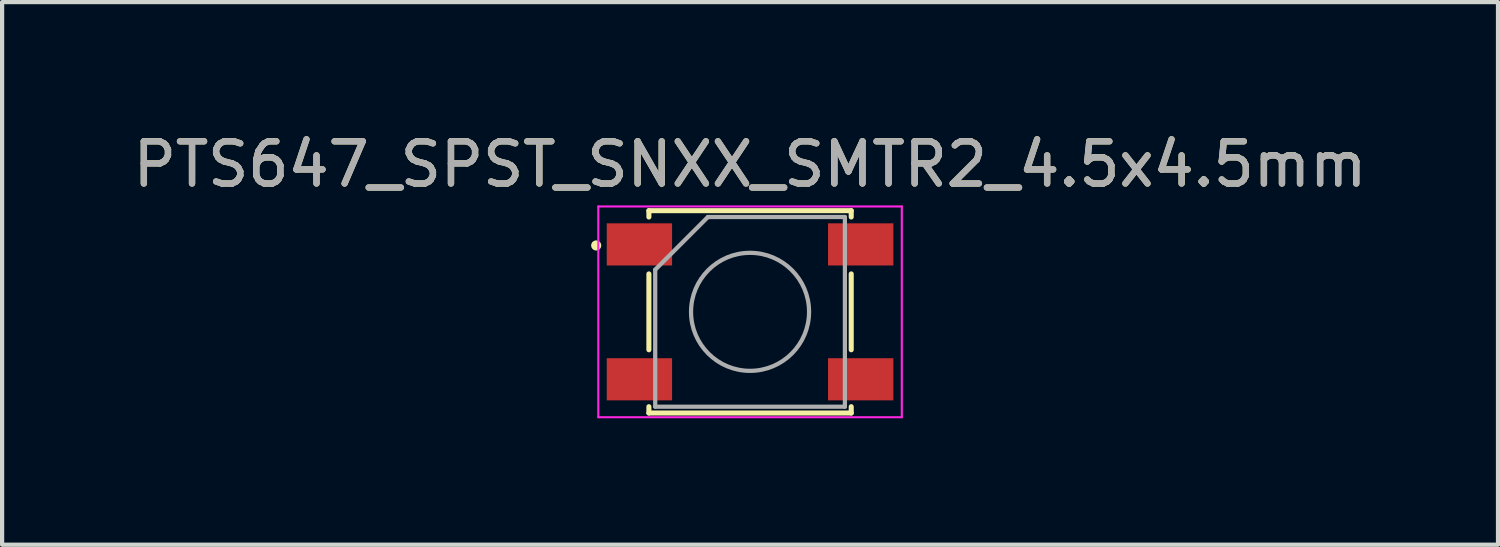
<source format=kicad_pcb>
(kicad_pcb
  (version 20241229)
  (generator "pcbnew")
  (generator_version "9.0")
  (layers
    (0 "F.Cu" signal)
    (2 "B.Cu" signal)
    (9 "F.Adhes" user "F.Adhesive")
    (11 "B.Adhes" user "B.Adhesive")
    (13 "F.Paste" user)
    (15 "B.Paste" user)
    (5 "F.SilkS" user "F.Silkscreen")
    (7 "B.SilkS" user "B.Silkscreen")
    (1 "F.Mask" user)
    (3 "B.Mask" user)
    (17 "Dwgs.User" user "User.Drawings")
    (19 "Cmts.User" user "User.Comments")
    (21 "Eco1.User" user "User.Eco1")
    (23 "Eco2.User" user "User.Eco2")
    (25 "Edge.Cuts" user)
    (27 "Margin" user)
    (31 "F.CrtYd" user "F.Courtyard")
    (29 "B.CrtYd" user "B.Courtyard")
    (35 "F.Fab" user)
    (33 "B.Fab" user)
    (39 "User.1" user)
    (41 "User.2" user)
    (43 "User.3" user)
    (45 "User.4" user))
  (footprint "PTS647_SPST_SNXX_SMTR2_4.5x4.5mm"
    (layer "F.Cu")
    (at 14.744 4.348)
    (property "Reference" "PTS647_SPST_SNXX_SMTR2_4.5x4.5mm" (at 0 -3.5 0) (layer "F.SilkS") (effects (font (size 1 1) (thickness 0.15))))
    (attr smd)
    (fp_line (start -2.4 -2.4) (end 2.4 -2.4) (stroke (width 0.12) (type solid)) (layer "F.SilkS"))
    (fp_line (start -2.4 -2.25) (end -2.4 -2.4) (stroke (width 0.12) (type solid)) (layer "F.SilkS"))
    (fp_line (start -2.4 0.9) (end -2.4 -0.9) (stroke (width 0.12) (type solid)) (layer "F.SilkS"))
    (fp_line (start -2.4 2.25) (end -2.4 2.4) (stroke (width 0.12) (type solid)) (layer "F.SilkS"))
    (fp_line (start 2.4 -2.4) (end 2.4 -2.25) (stroke (width 0.12) (type solid)) (layer "F.SilkS"))
    (fp_line (start 2.4 -0.9) (end 2.4 0.9) (stroke (width 0.12) (type solid)) (layer "F.SilkS"))
    (fp_line (start 2.4 2.25) (end 2.4 2.4) (stroke (width 0.12) (type solid)) (layer "F.SilkS"))
    (fp_line (start 2.4 2.4) (end -2.4 2.4) (stroke (width 0.12) (type solid)) (layer "F.SilkS"))
    (fp_circle (center -3.65 -1.575) (end -3.59 -1.575) (stroke (width 0.12) (type solid)) (fill yes) (layer "F.SilkS"))
    (fp_line (start -3.6 -2.5) (end -3.6 2.5) (stroke (width 0.05) (type solid)) (layer "F.CrtYd"))
    (fp_line (start -3.6 2.5) (end 3.6 2.5) (stroke (width 0.05) (type solid)) (layer "F.CrtYd"))
    (fp_line (start 3.6 -2.5) (end -3.6 -2.5) (stroke (width 0.05) (type solid)) (layer "F.CrtYd"))
    (fp_line (start 3.6 2.5) (end 3.6 -2.5) (stroke (width 0.05) (type solid)) (layer "F.CrtYd"))
    (fp_line (start -2.25 -1) (end -1 -2.25) (stroke (width 0.1) (type solid)) (layer "F.Fab"))
    (fp_line (start -2.25 2.25) (end -2.25 -1) (stroke (width 0.1) (type solid)) (layer "F.Fab"))
    (fp_line (start -1 -2.25) (end 2.25 -2.25) (stroke (width 0.1) (type solid)) (layer "F.Fab"))
    (fp_line (start 2.25 -2.25) (end 2.25 2.25) (stroke (width 0.1) (type solid)) (layer "F.Fab"))
    (fp_line (start 2.25 2.25) (end -2.25 2.25) (stroke (width 0.1) (type solid)) (layer "F.Fab"))
    (fp_circle (center 0 0) (end 1.4 0) (stroke (width 0.1) (type solid)) (fill no) (layer "F.Fab"))
    (fp_text user "${REFERENCE}" (at 0 -3.5 0) (layer "F.Fab") (effects (font (size 1 1) (thickness 0.15))))
    (pad "1" smd rect (at -2.625 -1.6) (size 1.55 1) (layers "F.Cu" "F.Mask" "F.Paste"))
    (pad "1" smd rect (at 2.625 -1.6) (size 1.55 1) (layers "F.Cu" "F.Mask" "F.Paste"))
    (pad "2" smd rect (at -2.625 1.6) (size 1.55 1) (layers "F.Cu" "F.Mask" "F.Paste"))
    (pad "2" smd rect (at 2.625 1.6) (size 1.55 1) (layers "F.Cu" "F.Mask" "F.Paste")))
  (gr_rect
    (start -3 -3)
    (end 32.488 9.873)
    (stroke (width 0.1) (type default))
    (fill no)
    (layer "Edge.Cuts")))
</source>
